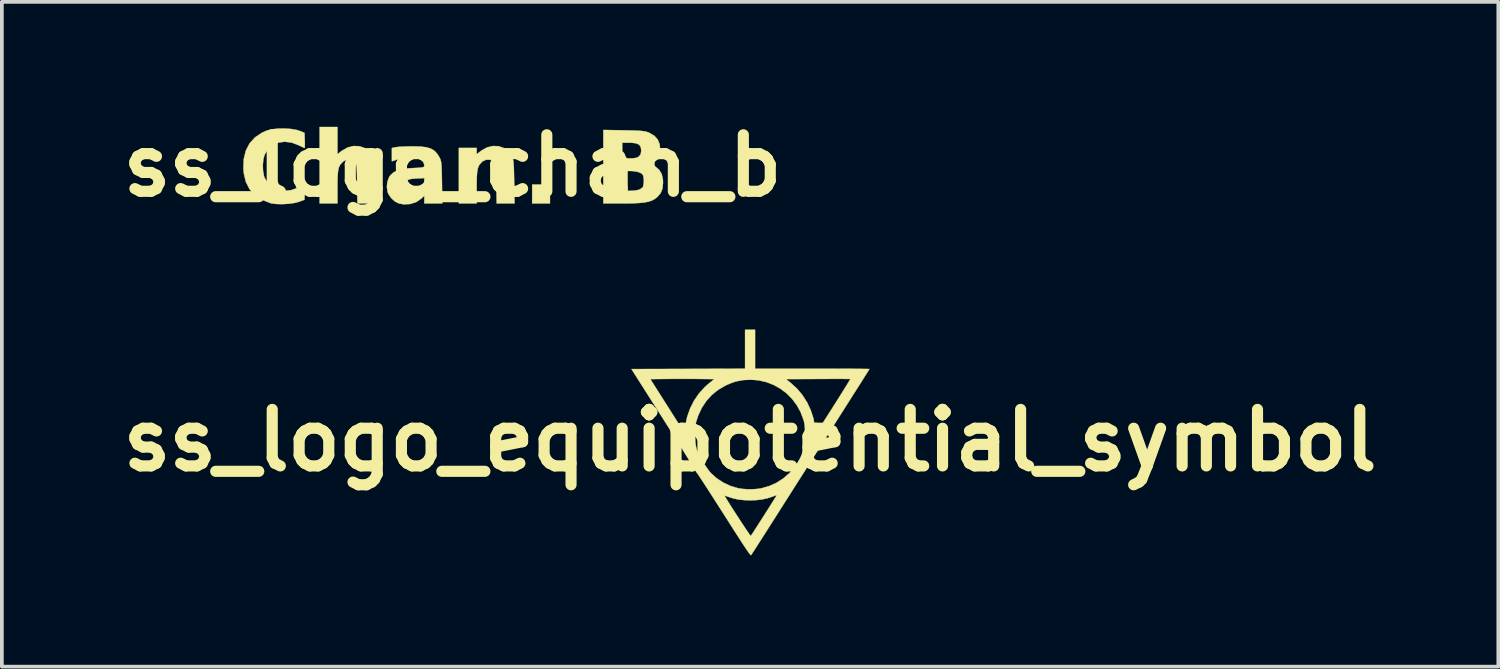
<source format=kicad_pcb>
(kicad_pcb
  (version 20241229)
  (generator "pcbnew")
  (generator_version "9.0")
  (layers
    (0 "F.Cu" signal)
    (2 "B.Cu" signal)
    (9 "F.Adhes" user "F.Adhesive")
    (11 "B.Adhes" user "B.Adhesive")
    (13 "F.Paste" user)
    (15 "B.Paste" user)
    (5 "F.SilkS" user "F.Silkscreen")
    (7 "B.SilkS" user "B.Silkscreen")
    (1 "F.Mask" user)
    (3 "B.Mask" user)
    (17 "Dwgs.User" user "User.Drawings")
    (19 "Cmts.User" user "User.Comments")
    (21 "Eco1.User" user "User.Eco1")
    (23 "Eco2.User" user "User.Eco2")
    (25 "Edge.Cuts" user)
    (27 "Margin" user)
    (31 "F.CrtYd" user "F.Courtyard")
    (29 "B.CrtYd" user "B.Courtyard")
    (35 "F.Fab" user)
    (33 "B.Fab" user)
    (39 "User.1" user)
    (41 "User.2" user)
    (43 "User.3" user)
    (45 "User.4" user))
  (footprint "ss_logo_equipotential_symbol"
    (layer "F.Cu")
    (at 17.17 8.821)
    (property "Reference" "ss_logo_equipotential_symbol" (at 0 0 0) (layer "F.SilkS") (effects (font (size 1.524 1.524) (thickness 0.3))))
    (attr through_hole)
    (fp_poly (pts (xy 0.135 -1.93) (xy 1.676 -1.93) (xy 1.902 -1.93) (xy 2.117 -1.93) (xy 2.32 -1.93) (xy 2.508 -1.929) (xy 2.68 -1.929) (xy 2.832 -1.928) (xy 2.962 -1.927) (xy 3.068 -1.926) (xy 3.147 -1.925) (xy 3.198 -1.924) (xy 3.217 -1.923) (xy 3.217 -1.923) (xy 3.208 -1.908) (xy 3.183 -1.867) (xy 3.141 -1.8) (xy 3.084 -1.711) (xy 3.015 -1.6) (xy 2.933 -1.47) (xy 2.839 -1.323) (xy 2.736 -1.16) (xy 2.624 -0.984) (xy 2.505 -0.796) (xy 2.379 -0.598) (xy 2.25 -0.395) (xy 2.102 -0.163) (xy 1.948 0.08) (xy 1.79 0.329) (xy 1.63 0.58) (xy 1.472 0.83) (xy 1.316 1.074) (xy 1.166 1.31) (xy 1.025 1.532) (xy 0.894 1.738) (xy 0.776 1.924) (xy 0.674 2.085) (xy 0.664 2.1) (xy 0.559 2.264) (xy 0.46 2.421) (xy 0.367 2.567) (xy 0.281 2.7) (xy 0.206 2.818) (xy 0.142 2.918) (xy 0.09 2.998) (xy 0.053 3.055) (xy 0.031 3.088) (xy 0.026 3.095) (xy 0.018 3.092) (xy 0.002 3.076) (xy -0.023 3.043) (xy -0.059 2.994) (xy -0.106 2.925) (xy -0.165 2.837) (xy -0.237 2.727) (xy -0.323 2.593) (xy -0.425 2.436) (xy -0.542 2.252) (xy -0.669 2.053) (xy -0.78 1.879) (xy -0.887 1.712) (xy -0.988 1.554) (xy -1.027 1.493) (xy -0.685 1.493) (xy -0.678 1.509) (xy -0.655 1.549) (xy -0.618 1.61) (xy -0.57 1.687) (xy -0.513 1.778) (xy -0.449 1.878) (xy -0.381 1.983) (xy -0.311 2.09) (xy -0.243 2.196) (xy -0.177 2.295) (xy -0.117 2.386) (xy -0.065 2.463) (xy -0.023 2.523) (xy 0.006 2.563) (xy 0.019 2.578) (xy 0.02 2.578) (xy 0.031 2.561) (xy 0.059 2.519) (xy 0.101 2.455) (xy 0.155 2.371) (xy 0.219 2.272) (xy 0.29 2.161) (xy 0.367 2.04) (xy 0.378 2.023) (xy 0.455 1.902) (xy 0.526 1.79) (xy 0.589 1.69) (xy 0.642 1.606) (xy 0.683 1.541) (xy 0.71 1.497) (xy 0.72 1.478) (xy 0.72 1.478) (xy 0.705 1.481) (xy 0.666 1.494) (xy 0.627 1.508) (xy 0.475 1.559) (xy 0.325 1.592) (xy 0.165 1.611) (xy 0.008 1.616) (xy -0.162 1.611) (xy -0.31 1.595) (xy -0.448 1.566) (xy -0.586 1.522) (xy -0.59 1.52) (xy -0.639 1.503) (xy -0.674 1.493) (xy -0.685 1.493) (xy -1.027 1.493) (xy -1.083 1.407) (xy -1.168 1.274) (xy -1.243 1.158) (xy -1.307 1.061) (xy -1.357 0.985) (xy -1.391 0.934) (xy -1.409 0.909) (xy -1.447 0.855) (xy -1.493 0.784) (xy -1.538 0.709) (xy -1.549 0.689) (xy -1.569 0.653) (xy -1.607 0.592) (xy -1.659 0.507) (xy -1.726 0.4) (xy -1.804 0.274) (xy -1.894 0.132) (xy -1.992 -0.025) (xy -2.073 -0.152) (xy -1.481 -0.152) (xy -1.478 -0.01) (xy -1.468 0.109) (xy -1.448 0.213) (xy -1.416 0.312) (xy -1.368 0.415) (xy -1.302 0.53) (xy -1.266 0.588) (xy -1.212 0.672) (xy -1.158 0.751) (xy -1.109 0.819) (xy -1.07 0.868) (xy -1.061 0.878) (xy -0.903 1.02) (xy -0.723 1.138) (xy -0.528 1.229) (xy -0.322 1.291) (xy -0.313 1.293) (xy -0.202 1.309) (xy -0.071 1.318) (xy 0.066 1.318) (xy 0.197 1.309) (xy 0.301 1.294) (xy 0.515 1.233) (xy 0.716 1.143) (xy 0.9 1.024) (xy 1.064 0.881) (xy 1.205 0.713) (xy 1.232 0.674) (xy 1.294 0.581) (xy 1.34 0.501) (xy 1.377 0.423) (xy 1.411 0.334) (xy 1.432 0.271) (xy 1.451 0.213) (xy 1.463 0.164) (xy 1.472 0.114) (xy 1.477 0.055) (xy 1.48 -0.019) (xy 1.481 -0.117) (xy 1.481 -0.144) (xy 1.48 -0.253) (xy 1.478 -0.337) (xy 1.473 -0.403) (xy 1.465 -0.459) (xy 1.453 -0.513) (xy 1.443 -0.547) (xy 1.366 -0.756) (xy 1.262 -0.946) (xy 1.134 -1.117) (xy 0.985 -1.267) (xy 0.818 -1.393) (xy 0.635 -1.495) (xy 0.44 -1.571) (xy 0.234 -1.618) (xy 0.021 -1.637) (xy -0.196 -1.624) (xy -0.369 -1.591) (xy -0.442 -1.569) (xy -0.531 -1.536) (xy -0.622 -1.497) (xy -0.669 -1.475) (xy -0.863 -1.361) (xy -1.033 -1.223) (xy -1.179 -1.062) (xy -1.301 -0.878) (xy -1.397 -0.672) (xy -1.452 -0.506) (xy -1.466 -0.442) (xy -1.475 -0.367) (xy -1.48 -0.272) (xy -1.481 -0.152) (xy -2.073 -0.152) (xy -2.099 -0.194) (xy -2.212 -0.372) (xy -2.329 -0.557) (xy -2.411 -0.686) (xy -3.025 -1.651) (xy -2.689 -1.651) (xy -2.229 -0.927) (xy -1.77 -0.202) (xy -1.748 -0.359) (xy -1.734 -0.449) (xy -1.715 -0.545) (xy -1.696 -0.629) (xy -1.692 -0.643) (xy -1.615 -0.862) (xy -1.509 -1.071) (xy -1.376 -1.264) (xy -1.22 -1.437) (xy -1.095 -1.546) (xy -0.962 -1.651) (xy 0.967 -1.651) (xy 1.096 -1.549) (xy 1.264 -1.396) (xy 1.413 -1.219) (xy 1.538 -1.022) (xy 1.637 -0.81) (xy 1.709 -0.589) (xy 1.75 -0.362) (xy 1.755 -0.31) (xy 1.761 -0.246) (xy 1.767 -0.2) (xy 1.772 -0.177) (xy 1.773 -0.176) (xy 1.783 -0.191) (xy 1.81 -0.232) (xy 1.851 -0.296) (xy 1.905 -0.381) (xy 1.97 -0.483) (xy 2.045 -0.601) (xy 2.128 -0.731) (xy 2.217 -0.87) (xy 2.245 -0.915) (xy 2.335 -1.057) (xy 2.419 -1.19) (xy 2.495 -1.311) (xy 2.562 -1.419) (xy 2.618 -1.509) (xy 2.661 -1.58) (xy 2.69 -1.628) (xy 2.703 -1.652) (xy 2.704 -1.654) (xy 2.686 -1.655) (xy 2.638 -1.656) (xy 2.562 -1.656) (xy 2.462 -1.657) (xy 2.341 -1.657) (xy 2.202 -1.657) (xy 2.049 -1.656) (xy 1.884 -1.656) (xy 1.832 -1.655) (xy 0.967 -1.651) (xy -0.962 -1.651) (xy -1.396 -1.656) (xy -1.548 -1.657) (xy -1.721 -1.657) (xy -1.901 -1.657) (xy -2.076 -1.657) (xy -2.233 -1.656) (xy -2.259 -1.656) (xy -2.689 -1.651) (xy -3.025 -1.651) (xy -3.197 -1.922) (xy -0.135 -1.931) (xy -0.135 -2.98) (xy 0.135 -2.98) (xy 0.135 -1.93)) (stroke (width 0.01) (type solid)) (fill yes) (layer "F.SilkS")))
  (footprint "ss_logo_chan_b"
    (layer "F.Cu")
    (at 9.151 1.418)
    (property "Reference" "ss_logo_chan_b" (at 0 0 0) (layer "F.SilkS") (effects (font (size 1.524 1.524) (thickness 0.3))))
    (attr through_hole)
    (fp_poly (pts (xy 2.625 1.016) (xy 2.145 1.016) (xy 2.145 0.508) (xy 2.625 0.508) (xy 2.625 1.016)) (stroke (width 0.01) (type solid)) (fill yes) (layer "F.SilkS"))
    (fp_poly (pts (xy -3.104 -0.311) (xy -2.978 -0.408) (xy -2.827 -0.493) (xy -2.668 -0.532) (xy -2.511 -0.526) (xy -2.366 -0.475) (xy -2.244 -0.383) (xy -2.168 -0.276) (xy -2.146 -0.232) (xy -2.129 -0.186) (xy -2.117 -0.13) (xy -2.109 -0.054) (xy -2.103 0.049) (xy -2.098 0.189) (xy -2.094 0.374) (xy -2.093 0.43) (xy -2.084 1.016) (xy -2.565 1.016) (xy -2.574 0.477) (xy -2.577 0.29) (xy -2.58 0.151) (xy -2.585 0.053) (xy -2.593 -0.014) (xy -2.603 -0.058) (xy -2.618 -0.086) (xy -2.639 -0.107) (xy -2.649 -0.115) (xy -2.747 -0.163) (xy -2.851 -0.162) (xy -2.95 -0.116) (xy -3.029 -0.03) (xy -3.059 0.028) (xy -3.078 0.09) (xy -3.091 0.172) (xy -3.099 0.284) (xy -3.104 0.435) (xy -3.104 0.579) (xy -3.104 1.016) (xy -3.584 1.016) (xy -3.584 -1.044) (xy -3.104 -1.044) (xy -3.104 -0.311)) (stroke (width 0.01) (type solid)) (fill yes) (layer "F.SilkS"))
    (fp_poly (pts (xy 1.243 -0.526) (xy 1.387 -0.475) (xy 1.509 -0.383) (xy 1.586 -0.276) (xy 1.608 -0.232) (xy 1.624 -0.186) (xy 1.636 -0.13) (xy 1.645 -0.054) (xy 1.651 0.049) (xy 1.655 0.189) (xy 1.659 0.374) (xy 1.66 0.43) (xy 1.67 1.016) (xy 1.189 1.016) (xy 1.18 0.477) (xy 1.177 0.29) (xy 1.173 0.151) (xy 1.168 0.053) (xy 1.161 -0.014) (xy 1.15 -0.058) (xy 1.135 -0.086) (xy 1.115 -0.107) (xy 1.105 -0.115) (xy 1.007 -0.163) (xy 0.902 -0.162) (xy 0.804 -0.116) (xy 0.724 -0.03) (xy 0.695 0.028) (xy 0.676 0.09) (xy 0.662 0.172) (xy 0.654 0.284) (xy 0.65 0.435) (xy 0.649 0.579) (xy 0.649 1.016) (xy 0.169 1.016) (xy 0.169 -0.48) (xy 0.649 -0.48) (xy 0.649 -0.311) (xy 0.776 -0.408) (xy 0.927 -0.493) (xy 1.086 -0.532) (xy 1.243 -0.526)) (stroke (width 0.01) (type solid)) (fill yes) (layer "F.SilkS"))
    (fp_poly (pts (xy -4.352 -0.991) (xy -4.199 -0.964) (xy -4.135 -0.943) (xy -3.993 -0.887) (xy -3.985 -0.684) (xy -3.983 -0.585) (xy -3.984 -0.512) (xy -3.989 -0.48) (xy -3.99 -0.48) (xy -4.02 -0.491) (xy -4.085 -0.522) (xy -4.149 -0.553) (xy -4.341 -0.625) (xy -4.526 -0.648) (xy -4.699 -0.624) (xy -4.852 -0.557) (xy -4.977 -0.446) (xy -5.068 -0.296) (xy -5.102 -0.172) (xy -5.116 -0.019) (xy -5.11 0.14) (xy -5.084 0.279) (xy -5.068 0.325) (xy -4.977 0.474) (xy -4.851 0.584) (xy -4.698 0.652) (xy -4.526 0.677) (xy -4.342 0.656) (xy -4.155 0.587) (xy -4.143 0.581) (xy -4.064 0.541) (xy -4.008 0.515) (xy -3.99 0.508) (xy -3.984 0.534) (xy -3.983 0.602) (xy -3.985 0.698) (xy -3.985 0.712) (xy -3.993 0.916) (xy -4.135 0.969) (xy -4.262 1.003) (xy -4.421 1.025) (xy -4.592 1.035) (xy -4.755 1.031) (xy -4.889 1.013) (xy -4.911 1.007) (xy -5.143 0.916) (xy -5.33 0.791) (xy -5.474 0.63) (xy -5.573 0.435) (xy -5.628 0.203) (xy -5.639 0.082) (xy -5.63 -0.179) (xy -5.574 -0.407) (xy -5.473 -0.602) (xy -5.327 -0.764) (xy -5.136 -0.892) (xy -5.009 -0.948) (xy -4.877 -0.982) (xy -4.71 -1) (xy -4.529 -1.003) (xy -4.352 -0.991)) (stroke (width 0.01) (type solid)) (fill yes) (layer "F.SilkS"))
    (fp_poly (pts (xy 4.621 -0.955) (xy 4.817 -0.951) (xy 4.966 -0.946) (xy 5.077 -0.939) (xy 5.159 -0.93) (xy 5.221 -0.917) (xy 5.273 -0.9) (xy 5.306 -0.885) (xy 5.442 -0.804) (xy 5.531 -0.705) (xy 5.581 -0.579) (xy 5.583 -0.571) (xy 5.595 -0.428) (xy 5.57 -0.291) (xy 5.513 -0.173) (xy 5.43 -0.091) (xy 5.417 -0.084) (xy 5.383 -0.062) (xy 5.385 -0.041) (xy 5.428 -0.007) (xy 5.452 0.01) (xy 5.567 0.108) (xy 5.638 0.225) (xy 5.669 0.37) (xy 5.673 0.452) (xy 5.657 0.616) (xy 5.605 0.744) (xy 5.511 0.849) (xy 5.452 0.893) (xy 5.378 0.935) (xy 5.288 0.966) (xy 5.175 0.989) (xy 5.031 1.004) (xy 4.848 1.013) (xy 4.617 1.016) (xy 4.571 1.016) (xy 4.064 1.016) (xy 4.064 0.141) (xy 4.572 0.141) (xy 4.572 0.677) (xy 4.771 0.677) (xy 4.902 0.671) (xy 5.006 0.652) (xy 5.05 0.636) (xy 5.112 0.593) (xy 5.147 0.549) (xy 5.161 0.474) (xy 5.163 0.377) (xy 5.153 0.291) (xy 5.147 0.269) (xy 5.094 0.207) (xy 4.992 0.165) (xy 4.847 0.143) (xy 4.771 0.141) (xy 4.572 0.141) (xy 4.064 0.141) (xy 4.064 -0.621) (xy 4.572 -0.621) (xy 4.572 -0.198) (xy 4.766 -0.198) (xy 4.89 -0.203) (xy 4.972 -0.219) (xy 5.023 -0.248) (xy 5.071 -0.31) (xy 5.086 -0.403) (xy 5.086 -0.409) (xy 5.073 -0.504) (xy 5.029 -0.568) (xy 4.948 -0.605) (xy 4.822 -0.62) (xy 4.766 -0.621) (xy 4.572 -0.621) (xy 4.064 -0.621) (xy 4.064 -0.965) (xy 4.621 -0.955)) (stroke (width 0.01) (type solid)) (fill yes) (layer "F.SilkS"))
    (fp_poly (pts (xy -0.868 -0.517) (xy -0.71 -0.498) (xy -0.589 -0.463) (xy -0.495 -0.407) (xy -0.419 -0.328) (xy -0.374 -0.258) (xy -0.347 -0.212) (xy -0.328 -0.17) (xy -0.314 -0.121) (xy -0.304 -0.059) (xy -0.297 0.028) (xy -0.293 0.146) (xy -0.289 0.306) (xy -0.287 0.445) (xy -0.278 1.016) (xy -0.762 1.016) (xy -0.762 0.808) (xy -0.84 0.882) (xy -0.98 0.979) (xy -1.146 1.032) (xy -1.327 1.039) (xy -1.454 1.014) (xy -1.559 0.96) (xy -1.657 0.869) (xy -1.731 0.76) (xy -1.753 0.705) (xy -1.772 0.569) (xy -1.766 0.512) (xy -1.292 0.512) (xy -1.284 0.6) (xy -1.221 0.678) (xy -1.221 0.678) (xy -1.12 0.725) (xy -1.008 0.723) (xy -0.9 0.675) (xy -0.84 0.622) (xy -0.777 0.522) (xy -0.762 0.434) (xy -0.762 0.332) (xy -0.977 0.343) (xy -1.091 0.352) (xy -1.165 0.365) (xy -1.212 0.387) (xy -1.245 0.42) (xy -1.292 0.512) (xy -1.766 0.512) (xy -1.756 0.428) (xy -1.709 0.303) (xy -1.678 0.257) (xy -1.595 0.182) (xy -1.487 0.127) (xy -1.344 0.09) (xy -1.159 0.068) (xy -1.065 0.063) (xy -0.932 0.056) (xy -0.844 0.049) (xy -0.794 0.039) (xy -0.77 0.024) (xy -0.762 -0.000039) (xy -0.762 -0.018) (xy -0.788 -0.102) (xy -0.86 -0.17) (xy -0.966 -0.212) (xy -0.975 -0.214) (xy -1.096 -0.223) (xy -1.245 -0.215) (xy -1.398 -0.192) (xy -1.522 -0.159) (xy -1.637 -0.119) (xy -1.637 -0.477) (xy -1.531 -0.5) (xy -1.461 -0.508) (xy -1.351 -0.515) (xy -1.214 -0.52) (xy -1.072 -0.522) (xy -0.868 -0.517)) (stroke (width 0.01) (type solid)) (fill yes) (layer "F.SilkS")))
  (gr_rect
    (start -3 -3)
    (end 37.341 14.921)
    (stroke (width 0.1) (type default))
    (fill no)
    (layer "Edge.Cuts")))
</source>
